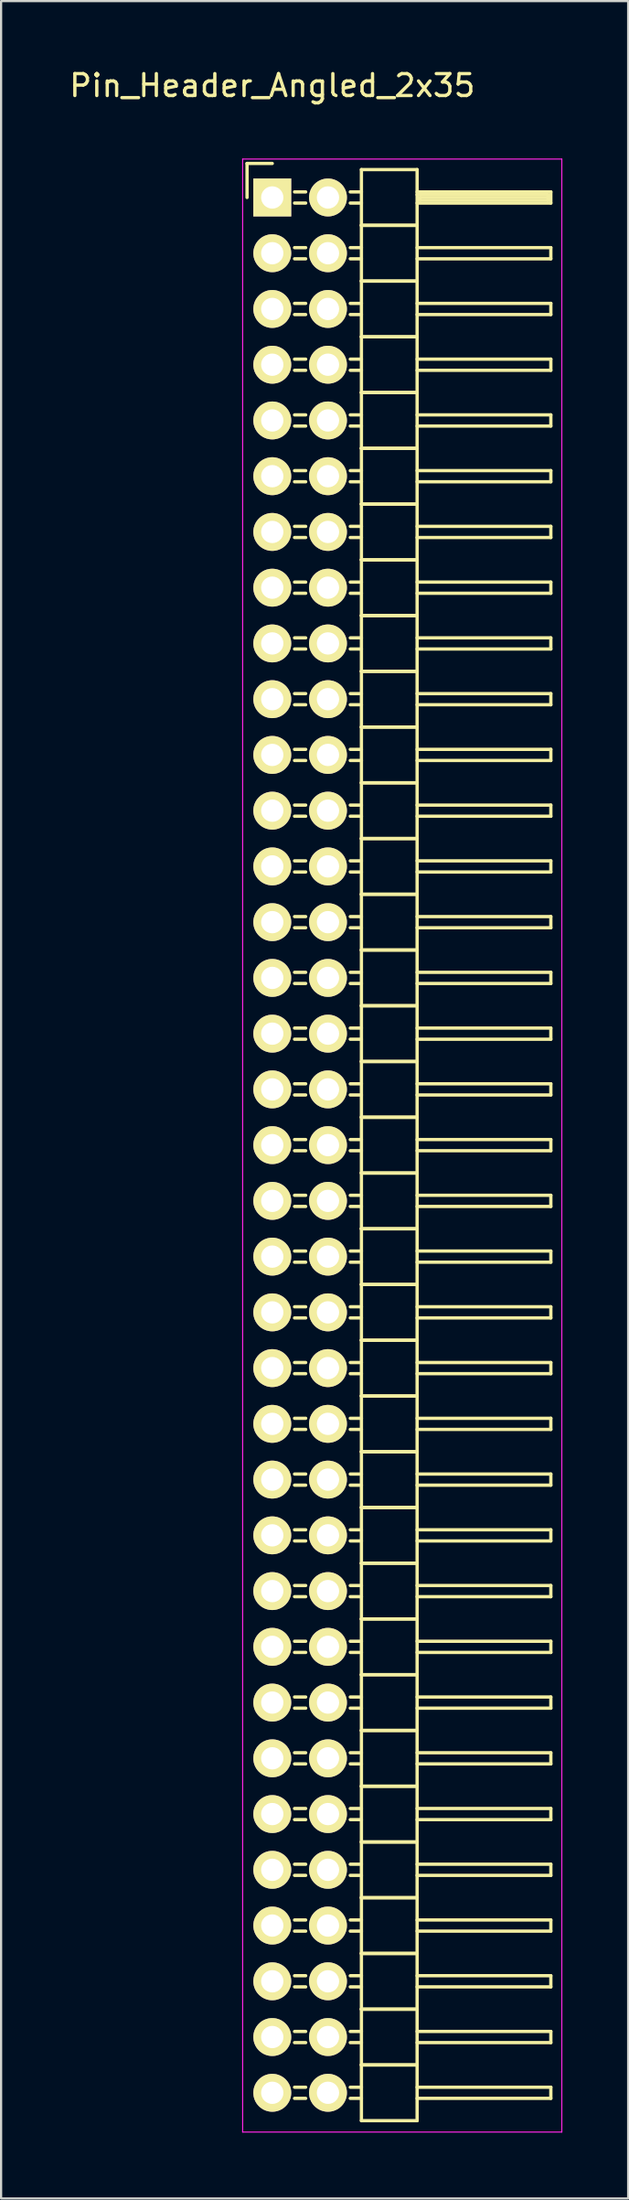
<source format=kicad_pcb>
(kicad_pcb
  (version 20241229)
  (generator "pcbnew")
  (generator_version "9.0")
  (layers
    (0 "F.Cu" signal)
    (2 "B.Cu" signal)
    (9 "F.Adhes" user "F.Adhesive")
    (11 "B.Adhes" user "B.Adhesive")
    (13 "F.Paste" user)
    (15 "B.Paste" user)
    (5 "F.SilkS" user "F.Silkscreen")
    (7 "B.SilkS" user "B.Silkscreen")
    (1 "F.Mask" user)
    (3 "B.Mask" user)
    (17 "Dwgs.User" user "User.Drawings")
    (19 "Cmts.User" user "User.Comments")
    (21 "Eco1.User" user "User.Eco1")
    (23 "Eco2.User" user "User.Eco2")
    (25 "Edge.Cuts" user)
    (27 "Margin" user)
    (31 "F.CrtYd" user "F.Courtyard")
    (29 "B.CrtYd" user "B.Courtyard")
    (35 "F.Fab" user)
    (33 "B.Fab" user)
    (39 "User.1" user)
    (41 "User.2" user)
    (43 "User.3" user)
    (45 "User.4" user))
  (footprint "Pin_Header_Angled_2x35"
    (layer "F.Cu")
    (at 9.363 5.948)
    (property "Reference" "Pin_Header_Angled_2x35" (at 0 -5.1 0) (layer "F.SilkS") (effects (font (size 1 1) (thickness 0.15))))
    (attr through_hole)
    (fp_line (start -1.15 -1.55) (end -1.15 0) (stroke (width 0.15) (type solid)) (layer "F.SilkS"))
    (fp_line (start 0 -1.55) (end -1.15 -1.55) (stroke (width 0.15) (type solid)) (layer "F.SilkS"))
    (fp_line (start 1.524 -0.254) (end 1.016 -0.254) (stroke (width 0.15) (type solid)) (layer "F.SilkS"))
    (fp_line (start 1.524 0.254) (end 1.016 0.254) (stroke (width 0.15) (type solid)) (layer "F.SilkS"))
    (fp_line (start 1.524 2.286) (end 1.016 2.286) (stroke (width 0.15) (type solid)) (layer "F.SilkS"))
    (fp_line (start 1.524 2.794) (end 1.016 2.794) (stroke (width 0.15) (type solid)) (layer "F.SilkS"))
    (fp_line (start 1.524 4.826) (end 1.016 4.826) (stroke (width 0.15) (type solid)) (layer "F.SilkS"))
    (fp_line (start 1.524 5.334) (end 1.016 5.334) (stroke (width 0.15) (type solid)) (layer "F.SilkS"))
    (fp_line (start 1.524 7.366) (end 1.016 7.366) (stroke (width 0.15) (type solid)) (layer "F.SilkS"))
    (fp_line (start 1.524 7.874) (end 1.016 7.874) (stroke (width 0.15) (type solid)) (layer "F.SilkS"))
    (fp_line (start 1.524 9.906) (end 1.016 9.906) (stroke (width 0.15) (type solid)) (layer "F.SilkS"))
    (fp_line (start 1.524 10.414) (end 1.016 10.414) (stroke (width 0.15) (type solid)) (layer "F.SilkS"))
    (fp_line (start 1.524 12.446) (end 1.016 12.446) (stroke (width 0.15) (type solid)) (layer "F.SilkS"))
    (fp_line (start 1.524 12.954) (end 1.016 12.954) (stroke (width 0.15) (type solid)) (layer "F.SilkS"))
    (fp_line (start 1.524 14.986) (end 1.016 14.986) (stroke (width 0.15) (type solid)) (layer "F.SilkS"))
    (fp_line (start 1.524 15.494) (end 1.016 15.494) (stroke (width 0.15) (type solid)) (layer "F.SilkS"))
    (fp_line (start 1.524 17.526) (end 1.016 17.526) (stroke (width 0.15) (type solid)) (layer "F.SilkS"))
    (fp_line (start 1.524 18.034) (end 1.016 18.034) (stroke (width 0.15) (type solid)) (layer "F.SilkS"))
    (fp_line (start 1.524 20.066) (end 1.016 20.066) (stroke (width 0.15) (type solid)) (layer "F.SilkS"))
    (fp_line (start 1.524 20.574) (end 1.016 20.574) (stroke (width 0.15) (type solid)) (layer "F.SilkS"))
    (fp_line (start 1.524 22.606) (end 1.016 22.606) (stroke (width 0.15) (type solid)) (layer "F.SilkS"))
    (fp_line (start 1.524 23.114) (end 1.016 23.114) (stroke (width 0.15) (type solid)) (layer "F.SilkS"))
    (fp_line (start 1.524 25.146) (end 1.016 25.146) (stroke (width 0.15) (type solid)) (layer "F.SilkS"))
    (fp_line (start 1.524 25.654) (end 1.016 25.654) (stroke (width 0.15) (type solid)) (layer "F.SilkS"))
    (fp_line (start 1.524 27.686) (end 1.016 27.686) (stroke (width 0.15) (type solid)) (layer "F.SilkS"))
    (fp_line (start 1.524 28.194) (end 1.016 28.194) (stroke (width 0.15) (type solid)) (layer "F.SilkS"))
    (fp_line (start 1.524 30.226) (end 1.016 30.226) (stroke (width 0.15) (type solid)) (layer "F.SilkS"))
    (fp_line (start 1.524 30.734) (end 1.016 30.734) (stroke (width 0.15) (type solid)) (layer "F.SilkS"))
    (fp_line (start 1.524 32.766) (end 1.016 32.766) (stroke (width 0.15) (type solid)) (layer "F.SilkS"))
    (fp_line (start 1.524 33.274) (end 1.016 33.274) (stroke (width 0.15) (type solid)) (layer "F.SilkS"))
    (fp_line (start 1.524 35.306) (end 1.016 35.306) (stroke (width 0.15) (type solid)) (layer "F.SilkS"))
    (fp_line (start 1.524 35.814) (end 1.016 35.814) (stroke (width 0.15) (type solid)) (layer "F.SilkS"))
    (fp_line (start 1.524 37.846) (end 1.016 37.846) (stroke (width 0.15) (type solid)) (layer "F.SilkS"))
    (fp_line (start 1.524 38.354) (end 1.016 38.354) (stroke (width 0.15) (type solid)) (layer "F.SilkS"))
    (fp_line (start 1.524 40.386) (end 1.016 40.386) (stroke (width 0.15) (type solid)) (layer "F.SilkS"))
    (fp_line (start 1.524 40.894) (end 1.016 40.894) (stroke (width 0.15) (type solid)) (layer "F.SilkS"))
    (fp_line (start 1.524 42.926) (end 1.016 42.926) (stroke (width 0.15) (type solid)) (layer "F.SilkS"))
    (fp_line (start 1.524 43.434) (end 1.016 43.434) (stroke (width 0.15) (type solid)) (layer "F.SilkS"))
    (fp_line (start 1.524 45.466) (end 1.016 45.466) (stroke (width 0.15) (type solid)) (layer "F.SilkS"))
    (fp_line (start 1.524 45.974) (end 1.016 45.974) (stroke (width 0.15) (type solid)) (layer "F.SilkS"))
    (fp_line (start 1.524 48.006) (end 1.016 48.006) (stroke (width 0.15) (type solid)) (layer "F.SilkS"))
    (fp_line (start 1.524 48.514) (end 1.016 48.514) (stroke (width 0.15) (type solid)) (layer "F.SilkS"))
    (fp_line (start 1.524 50.546) (end 1.016 50.546) (stroke (width 0.15) (type solid)) (layer "F.SilkS"))
    (fp_line (start 1.524 51.054) (end 1.016 51.054) (stroke (width 0.15) (type solid)) (layer "F.SilkS"))
    (fp_line (start 1.524 53.086) (end 1.016 53.086) (stroke (width 0.15) (type solid)) (layer "F.SilkS"))
    (fp_line (start 1.524 53.594) (end 1.016 53.594) (stroke (width 0.15) (type solid)) (layer "F.SilkS"))
    (fp_line (start 1.524 55.626) (end 1.016 55.626) (stroke (width 0.15) (type solid)) (layer "F.SilkS"))
    (fp_line (start 1.524 56.134) (end 1.016 56.134) (stroke (width 0.15) (type solid)) (layer "F.SilkS"))
    (fp_line (start 1.524 58.166) (end 1.016 58.166) (stroke (width 0.15) (type solid)) (layer "F.SilkS"))
    (fp_line (start 1.524 58.674) (end 1.016 58.674) (stroke (width 0.15) (type solid)) (layer "F.SilkS"))
    (fp_line (start 1.524 60.706) (end 1.016 60.706) (stroke (width 0.15) (type solid)) (layer "F.SilkS"))
    (fp_line (start 1.524 61.214) (end 1.016 61.214) (stroke (width 0.15) (type solid)) (layer "F.SilkS"))
    (fp_line (start 1.524 63.246) (end 1.016 63.246) (stroke (width 0.15) (type solid)) (layer "F.SilkS"))
    (fp_line (start 1.524 63.754) (end 1.016 63.754) (stroke (width 0.15) (type solid)) (layer "F.SilkS"))
    (fp_line (start 1.524 65.786) (end 1.016 65.786) (stroke (width 0.15) (type solid)) (layer "F.SilkS"))
    (fp_line (start 1.524 66.294) (end 1.016 66.294) (stroke (width 0.15) (type solid)) (layer "F.SilkS"))
    (fp_line (start 1.524 68.326) (end 1.016 68.326) (stroke (width 0.15) (type solid)) (layer "F.SilkS"))
    (fp_line (start 1.524 68.834) (end 1.016 68.834) (stroke (width 0.15) (type solid)) (layer "F.SilkS"))
    (fp_line (start 1.524 70.866) (end 1.016 70.866) (stroke (width 0.15) (type solid)) (layer "F.SilkS"))
    (fp_line (start 1.524 71.374) (end 1.016 71.374) (stroke (width 0.15) (type solid)) (layer "F.SilkS"))
    (fp_line (start 1.524 73.406) (end 1.016 73.406) (stroke (width 0.15) (type solid)) (layer "F.SilkS"))
    (fp_line (start 1.524 73.914) (end 1.016 73.914) (stroke (width 0.15) (type solid)) (layer "F.SilkS"))
    (fp_line (start 1.524 75.946) (end 1.016 75.946) (stroke (width 0.15) (type solid)) (layer "F.SilkS"))
    (fp_line (start 1.524 76.454) (end 1.016 76.454) (stroke (width 0.15) (type solid)) (layer "F.SilkS"))
    (fp_line (start 1.524 78.486) (end 1.016 78.486) (stroke (width 0.15) (type solid)) (layer "F.SilkS"))
    (fp_line (start 1.524 78.994) (end 1.016 78.994) (stroke (width 0.15) (type solid)) (layer "F.SilkS"))
    (fp_line (start 1.524 81.026) (end 1.016 81.026) (stroke (width 0.15) (type solid)) (layer "F.SilkS"))
    (fp_line (start 1.524 81.534) (end 1.016 81.534) (stroke (width 0.15) (type solid)) (layer "F.SilkS"))
    (fp_line (start 1.524 83.566) (end 1.016 83.566) (stroke (width 0.15) (type solid)) (layer "F.SilkS"))
    (fp_line (start 1.524 84.074) (end 1.016 84.074) (stroke (width 0.15) (type solid)) (layer "F.SilkS"))
    (fp_line (start 1.524 86.106) (end 1.016 86.106) (stroke (width 0.15) (type solid)) (layer "F.SilkS"))
    (fp_line (start 1.524 86.614) (end 1.016 86.614) (stroke (width 0.15) (type solid)) (layer "F.SilkS"))
    (fp_line (start 4.064 -1.27) (end 4.064 1.27) (stroke (width 0.15) (type solid)) (layer "F.SilkS"))
    (fp_line (start 4.064 -1.27) (end 6.604 -1.27) (stroke (width 0.15) (type solid)) (layer "F.SilkS"))
    (fp_line (start 4.064 -0.254) (end 3.556 -0.254) (stroke (width 0.15) (type solid)) (layer "F.SilkS"))
    (fp_line (start 4.064 0.254) (end 3.556 0.254) (stroke (width 0.15) (type solid)) (layer "F.SilkS"))
    (fp_line (start 4.064 1.27) (end 4.064 3.81) (stroke (width 0.15) (type solid)) (layer "F.SilkS"))
    (fp_line (start 4.064 1.27) (end 6.604 1.27) (stroke (width 0.15) (type solid)) (layer "F.SilkS"))
    (fp_line (start 4.064 1.27) (end 6.604 1.27) (stroke (width 0.15) (type solid)) (layer "F.SilkS"))
    (fp_line (start 4.064 2.286) (end 3.556 2.286) (stroke (width 0.15) (type solid)) (layer "F.SilkS"))
    (fp_line (start 4.064 2.794) (end 3.556 2.794) (stroke (width 0.15) (type solid)) (layer "F.SilkS"))
    (fp_line (start 4.064 3.81) (end 4.064 6.35) (stroke (width 0.15) (type solid)) (layer "F.SilkS"))
    (fp_line (start 4.064 3.81) (end 6.604 3.81) (stroke (width 0.15) (type solid)) (layer "F.SilkS"))
    (fp_line (start 4.064 3.81) (end 6.604 3.81) (stroke (width 0.15) (type solid)) (layer "F.SilkS"))
    (fp_line (start 4.064 4.826) (end 3.556 4.826) (stroke (width 0.15) (type solid)) (layer "F.SilkS"))
    (fp_line (start 4.064 5.334) (end 3.556 5.334) (stroke (width 0.15) (type solid)) (layer "F.SilkS"))
    (fp_line (start 4.064 6.35) (end 4.064 8.89) (stroke (width 0.15) (type solid)) (layer "F.SilkS"))
    (fp_line (start 4.064 6.35) (end 6.604 6.35) (stroke (width 0.15) (type solid)) (layer "F.SilkS"))
    (fp_line (start 4.064 6.35) (end 6.604 6.35) (stroke (width 0.15) (type solid)) (layer "F.SilkS"))
    (fp_line (start 4.064 7.366) (end 3.556 7.366) (stroke (width 0.15) (type solid)) (layer "F.SilkS"))
    (fp_line (start 4.064 7.874) (end 3.556 7.874) (stroke (width 0.15) (type solid)) (layer "F.SilkS"))
    (fp_line (start 4.064 8.89) (end 4.064 11.43) (stroke (width 0.15) (type solid)) (layer "F.SilkS"))
    (fp_line (start 4.064 8.89) (end 6.604 8.89) (stroke (width 0.15) (type solid)) (layer "F.SilkS"))
    (fp_line (start 4.064 8.89) (end 6.604 8.89) (stroke (width 0.15) (type solid)) (layer "F.SilkS"))
    (fp_line (start 4.064 9.906) (end 3.556 9.906) (stroke (width 0.15) (type solid)) (layer "F.SilkS"))
    (fp_line (start 4.064 10.414) (end 3.556 10.414) (stroke (width 0.15) (type solid)) (layer "F.SilkS"))
    (fp_line (start 4.064 11.43) (end 4.064 13.97) (stroke (width 0.15) (type solid)) (layer "F.SilkS"))
    (fp_line (start 4.064 11.43) (end 6.604 11.43) (stroke (width 0.15) (type solid)) (layer "F.SilkS"))
    (fp_line (start 4.064 11.43) (end 6.604 11.43) (stroke (width 0.15) (type solid)) (layer "F.SilkS"))
    (fp_line (start 4.064 12.446) (end 3.556 12.446) (stroke (width 0.15) (type solid)) (layer "F.SilkS"))
    (fp_line (start 4.064 12.954) (end 3.556 12.954) (stroke (width 0.15) (type solid)) (layer "F.SilkS"))
    (fp_line (start 4.064 13.97) (end 4.064 16.51) (stroke (width 0.15) (type solid)) (layer "F.SilkS"))
    (fp_line (start 4.064 13.97) (end 6.604 13.97) (stroke (width 0.15) (type solid)) (layer "F.SilkS"))
    (fp_line (start 4.064 13.97) (end 6.604 13.97) (stroke (width 0.15) (type solid)) (layer "F.SilkS"))
    (fp_line (start 4.064 14.986) (end 3.556 14.986) (stroke (width 0.15) (type solid)) (layer "F.SilkS"))
    (fp_line (start 4.064 15.494) (end 3.556 15.494) (stroke (width 0.15) (type solid)) (layer "F.SilkS"))
    (fp_line (start 4.064 16.51) (end 4.064 19.05) (stroke (width 0.15) (type solid)) (layer "F.SilkS"))
    (fp_line (start 4.064 16.51) (end 6.604 16.51) (stroke (width 0.15) (type solid)) (layer "F.SilkS"))
    (fp_line (start 4.064 16.51) (end 6.604 16.51) (stroke (width 0.15) (type solid)) (layer "F.SilkS"))
    (fp_line (start 4.064 17.526) (end 3.556 17.526) (stroke (width 0.15) (type solid)) (layer "F.SilkS"))
    (fp_line (start 4.064 18.034) (end 3.556 18.034) (stroke (width 0.15) (type solid)) (layer "F.SilkS"))
    (fp_line (start 4.064 19.05) (end 4.064 21.59) (stroke (width 0.15) (type solid)) (layer "F.SilkS"))
    (fp_line (start 4.064 19.05) (end 6.604 19.05) (stroke (width 0.15) (type solid)) (layer "F.SilkS"))
    (fp_line (start 4.064 19.05) (end 6.604 19.05) (stroke (width 0.15) (type solid)) (layer "F.SilkS"))
    (fp_line (start 4.064 20.066) (end 3.556 20.066) (stroke (width 0.15) (type solid)) (layer "F.SilkS"))
    (fp_line (start 4.064 20.574) (end 3.556 20.574) (stroke (width 0.15) (type solid)) (layer "F.SilkS"))
    (fp_line (start 4.064 21.59) (end 4.064 24.13) (stroke (width 0.15) (type solid)) (layer "F.SilkS"))
    (fp_line (start 4.064 21.59) (end 6.604 21.59) (stroke (width 0.15) (type solid)) (layer "F.SilkS"))
    (fp_line (start 4.064 21.59) (end 6.604 21.59) (stroke (width 0.15) (type solid)) (layer "F.SilkS"))
    (fp_line (start 4.064 22.606) (end 3.556 22.606) (stroke (width 0.15) (type solid)) (layer "F.SilkS"))
    (fp_line (start 4.064 23.114) (end 3.556 23.114) (stroke (width 0.15) (type solid)) (layer "F.SilkS"))
    (fp_line (start 4.064 24.13) (end 4.064 26.67) (stroke (width 0.15) (type solid)) (layer "F.SilkS"))
    (fp_line (start 4.064 24.13) (end 6.604 24.13) (stroke (width 0.15) (type solid)) (layer "F.SilkS"))
    (fp_line (start 4.064 24.13) (end 6.604 24.13) (stroke (width 0.15) (type solid)) (layer "F.SilkS"))
    (fp_line (start 4.064 25.146) (end 3.556 25.146) (stroke (width 0.15) (type solid)) (layer "F.SilkS"))
    (fp_line (start 4.064 25.654) (end 3.556 25.654) (stroke (width 0.15) (type solid)) (layer "F.SilkS"))
    (fp_line (start 4.064 26.67) (end 4.064 29.21) (stroke (width 0.15) (type solid)) (layer "F.SilkS"))
    (fp_line (start 4.064 26.67) (end 6.604 26.67) (stroke (width 0.15) (type solid)) (layer "F.SilkS"))
    (fp_line (start 4.064 26.67) (end 6.604 26.67) (stroke (width 0.15) (type solid)) (layer "F.SilkS"))
    (fp_line (start 4.064 27.686) (end 3.556 27.686) (stroke (width 0.15) (type solid)) (layer "F.SilkS"))
    (fp_line (start 4.064 28.194) (end 3.556 28.194) (stroke (width 0.15) (type solid)) (layer "F.SilkS"))
    (fp_line (start 4.064 29.21) (end 4.064 31.75) (stroke (width 0.15) (type solid)) (layer "F.SilkS"))
    (fp_line (start 4.064 29.21) (end 6.604 29.21) (stroke (width 0.15) (type solid)) (layer "F.SilkS"))
    (fp_line (start 4.064 29.21) (end 6.604 29.21) (stroke (width 0.15) (type solid)) (layer "F.SilkS"))
    (fp_line (start 4.064 30.226) (end 3.556 30.226) (stroke (width 0.15) (type solid)) (layer "F.SilkS"))
    (fp_line (start 4.064 30.734) (end 3.556 30.734) (stroke (width 0.15) (type solid)) (layer "F.SilkS"))
    (fp_line (start 4.064 31.75) (end 4.064 34.29) (stroke (width 0.15) (type solid)) (layer "F.SilkS"))
    (fp_line (start 4.064 31.75) (end 6.604 31.75) (stroke (width 0.15) (type solid)) (layer "F.SilkS"))
    (fp_line (start 4.064 31.75) (end 6.604 31.75) (stroke (width 0.15) (type solid)) (layer "F.SilkS"))
    (fp_line (start 4.064 32.766) (end 3.556 32.766) (stroke (width 0.15) (type solid)) (layer "F.SilkS"))
    (fp_line (start 4.064 33.274) (end 3.556 33.274) (stroke (width 0.15) (type solid)) (layer "F.SilkS"))
    (fp_line (start 4.064 34.29) (end 4.064 36.83) (stroke (width 0.15) (type solid)) (layer "F.SilkS"))
    (fp_line (start 4.064 34.29) (end 6.604 34.29) (stroke (width 0.15) (type solid)) (layer "F.SilkS"))
    (fp_line (start 4.064 34.29) (end 6.604 34.29) (stroke (width 0.15) (type solid)) (layer "F.SilkS"))
    (fp_line (start 4.064 35.306) (end 3.556 35.306) (stroke (width 0.15) (type solid)) (layer "F.SilkS"))
    (fp_line (start 4.064 35.814) (end 3.556 35.814) (stroke (width 0.15) (type solid)) (layer "F.SilkS"))
    (fp_line (start 4.064 36.83) (end 4.064 39.37) (stroke (width 0.15) (type solid)) (layer "F.SilkS"))
    (fp_line (start 4.064 36.83) (end 6.604 36.83) (stroke (width 0.15) (type solid)) (layer "F.SilkS"))
    (fp_line (start 4.064 36.83) (end 6.604 36.83) (stroke (width 0.15) (type solid)) (layer "F.SilkS"))
    (fp_line (start 4.064 37.846) (end 3.556 37.846) (stroke (width 0.15) (type solid)) (layer "F.SilkS"))
    (fp_line (start 4.064 38.354) (end 3.556 38.354) (stroke (width 0.15) (type solid)) (layer "F.SilkS"))
    (fp_line (start 4.064 39.37) (end 4.064 41.91) (stroke (width 0.15) (type solid)) (layer "F.SilkS"))
    (fp_line (start 4.064 39.37) (end 6.604 39.37) (stroke (width 0.15) (type solid)) (layer "F.SilkS"))
    (fp_line (start 4.064 39.37) (end 6.604 39.37) (stroke (width 0.15) (type solid)) (layer "F.SilkS"))
    (fp_line (start 4.064 40.386) (end 3.556 40.386) (stroke (width 0.15) (type solid)) (layer "F.SilkS"))
    (fp_line (start 4.064 40.894) (end 3.556 40.894) (stroke (width 0.15) (type solid)) (layer "F.SilkS"))
    (fp_line (start 4.064 41.91) (end 4.064 44.45) (stroke (width 0.15) (type solid)) (layer "F.SilkS"))
    (fp_line (start 4.064 41.91) (end 6.604 41.91) (stroke (width 0.15) (type solid)) (layer "F.SilkS"))
    (fp_line (start 4.064 41.91) (end 6.604 41.91) (stroke (width 0.15) (type solid)) (layer "F.SilkS"))
    (fp_line (start 4.064 42.926) (end 3.556 42.926) (stroke (width 0.15) (type solid)) (layer "F.SilkS"))
    (fp_line (start 4.064 43.434) (end 3.556 43.434) (stroke (width 0.15) (type solid)) (layer "F.SilkS"))
    (fp_line (start 4.064 44.45) (end 4.064 46.99) (stroke (width 0.15) (type solid)) (layer "F.SilkS"))
    (fp_line (start 4.064 44.45) (end 6.604 44.45) (stroke (width 0.15) (type solid)) (layer "F.SilkS"))
    (fp_line (start 4.064 44.45) (end 6.604 44.45) (stroke (width 0.15) (type solid)) (layer "F.SilkS"))
    (fp_line (start 4.064 45.466) (end 3.556 45.466) (stroke (width 0.15) (type solid)) (layer "F.SilkS"))
    (fp_line (start 4.064 45.974) (end 3.556 45.974) (stroke (width 0.15) (type solid)) (layer "F.SilkS"))
    (fp_line (start 4.064 46.99) (end 4.064 49.53) (stroke (width 0.15) (type solid)) (layer "F.SilkS"))
    (fp_line (start 4.064 46.99) (end 6.604 46.99) (stroke (width 0.15) (type solid)) (layer "F.SilkS"))
    (fp_line (start 4.064 46.99) (end 6.604 46.99) (stroke (width 0.15) (type solid)) (layer "F.SilkS"))
    (fp_line (start 4.064 48.006) (end 3.556 48.006) (stroke (width 0.15) (type solid)) (layer "F.SilkS"))
    (fp_line (start 4.064 48.514) (end 3.556 48.514) (stroke (width 0.15) (type solid)) (layer "F.SilkS"))
    (fp_line (start 4.064 49.53) (end 4.064 52.07) (stroke (width 0.15) (type solid)) (layer "F.SilkS"))
    (fp_line (start 4.064 49.53) (end 6.604 49.53) (stroke (width 0.15) (type solid)) (layer "F.SilkS"))
    (fp_line (start 4.064 49.53) (end 6.604 49.53) (stroke (width 0.15) (type solid)) (layer "F.SilkS"))
    (fp_line (start 4.064 50.546) (end 3.556 50.546) (stroke (width 0.15) (type solid)) (layer "F.SilkS"))
    (fp_line (start 4.064 51.054) (end 3.556 51.054) (stroke (width 0.15) (type solid)) (layer "F.SilkS"))
    (fp_line (start 4.064 52.07) (end 4.064 54.61) (stroke (width 0.15) (type solid)) (layer "F.SilkS"))
    (fp_line (start 4.064 52.07) (end 6.604 52.07) (stroke (width 0.15) (type solid)) (layer "F.SilkS"))
    (fp_line (start 4.064 52.07) (end 6.604 52.07) (stroke (width 0.15) (type solid)) (layer "F.SilkS"))
    (fp_line (start 4.064 53.086) (end 3.556 53.086) (stroke (width 0.15) (type solid)) (layer "F.SilkS"))
    (fp_line (start 4.064 53.594) (end 3.556 53.594) (stroke (width 0.15) (type solid)) (layer "F.SilkS"))
    (fp_line (start 4.064 54.61) (end 4.064 57.15) (stroke (width 0.15) (type solid)) (layer "F.SilkS"))
    (fp_line (start 4.064 54.61) (end 6.604 54.61) (stroke (width 0.15) (type solid)) (layer "F.SilkS"))
    (fp_line (start 4.064 54.61) (end 6.604 54.61) (stroke (width 0.15) (type solid)) (layer "F.SilkS"))
    (fp_line (start 4.064 55.626) (end 3.556 55.626) (stroke (width 0.15) (type solid)) (layer "F.SilkS"))
    (fp_line (start 4.064 56.134) (end 3.556 56.134) (stroke (width 0.15) (type solid)) (layer "F.SilkS"))
    (fp_line (start 4.064 57.15) (end 4.064 59.69) (stroke (width 0.15) (type solid)) (layer "F.SilkS"))
    (fp_line (start 4.064 57.15) (end 6.604 57.15) (stroke (width 0.15) (type solid)) (layer "F.SilkS"))
    (fp_line (start 4.064 57.15) (end 6.604 57.15) (stroke (width 0.15) (type solid)) (layer "F.SilkS"))
    (fp_line (start 4.064 58.166) (end 3.556 58.166) (stroke (width 0.15) (type solid)) (layer "F.SilkS"))
    (fp_line (start 4.064 58.674) (end 3.556 58.674) (stroke (width 0.15) (type solid)) (layer "F.SilkS"))
    (fp_line (start 4.064 59.69) (end 4.064 62.23) (stroke (width 0.15) (type solid)) (layer "F.SilkS"))
    (fp_line (start 4.064 59.69) (end 6.604 59.69) (stroke (width 0.15) (type solid)) (layer "F.SilkS"))
    (fp_line (start 4.064 59.69) (end 6.604 59.69) (stroke (width 0.15) (type solid)) (layer "F.SilkS"))
    (fp_line (start 4.064 60.706) (end 3.556 60.706) (stroke (width 0.15) (type solid)) (layer "F.SilkS"))
    (fp_line (start 4.064 61.214) (end 3.556 61.214) (stroke (width 0.15) (type solid)) (layer "F.SilkS"))
    (fp_line (start 4.064 62.23) (end 4.064 64.77) (stroke (width 0.15) (type solid)) (layer "F.SilkS"))
    (fp_line (start 4.064 62.23) (end 6.604 62.23) (stroke (width 0.15) (type solid)) (layer "F.SilkS"))
    (fp_line (start 4.064 62.23) (end 6.604 62.23) (stroke (width 0.15) (type solid)) (layer "F.SilkS"))
    (fp_line (start 4.064 63.246) (end 3.556 63.246) (stroke (width 0.15) (type solid)) (layer "F.SilkS"))
    (fp_line (start 4.064 63.754) (end 3.556 63.754) (stroke (width 0.15) (type solid)) (layer "F.SilkS"))
    (fp_line (start 4.064 64.77) (end 4.064 67.31) (stroke (width 0.15) (type solid)) (layer "F.SilkS"))
    (fp_line (start 4.064 64.77) (end 6.604 64.77) (stroke (width 0.15) (type solid)) (layer "F.SilkS"))
    (fp_line (start 4.064 64.77) (end 6.604 64.77) (stroke (width 0.15) (type solid)) (layer "F.SilkS"))
    (fp_line (start 4.064 65.786) (end 3.556 65.786) (stroke (width 0.15) (type solid)) (layer "F.SilkS"))
    (fp_line (start 4.064 66.294) (end 3.556 66.294) (stroke (width 0.15) (type solid)) (layer "F.SilkS"))
    (fp_line (start 4.064 67.31) (end 4.064 69.85) (stroke (width 0.15) (type solid)) (layer "F.SilkS"))
    (fp_line (start 4.064 67.31) (end 6.604 67.31) (stroke (width 0.15) (type solid)) (layer "F.SilkS"))
    (fp_line (start 4.064 67.31) (end 6.604 67.31) (stroke (width 0.15) (type solid)) (layer "F.SilkS"))
    (fp_line (start 4.064 68.326) (end 3.556 68.326) (stroke (width 0.15) (type solid)) (layer "F.SilkS"))
    (fp_line (start 4.064 68.834) (end 3.556 68.834) (stroke (width 0.15) (type solid)) (layer "F.SilkS"))
    (fp_line (start 4.064 69.85) (end 4.064 72.39) (stroke (width 0.15) (type solid)) (layer "F.SilkS"))
    (fp_line (start 4.064 69.85) (end 6.604 69.85) (stroke (width 0.15) (type solid)) (layer "F.SilkS"))
    (fp_line (start 4.064 69.85) (end 6.604 69.85) (stroke (width 0.15) (type solid)) (layer "F.SilkS"))
    (fp_line (start 4.064 70.866) (end 3.556 70.866) (stroke (width 0.15) (type solid)) (layer "F.SilkS"))
    (fp_line (start 4.064 71.374) (end 3.556 71.374) (stroke (width 0.15) (type solid)) (layer "F.SilkS"))
    (fp_line (start 4.064 72.39) (end 4.064 74.93) (stroke (width 0.15) (type solid)) (layer "F.SilkS"))
    (fp_line (start 4.064 72.39) (end 6.604 72.39) (stroke (width 0.15) (type solid)) (layer "F.SilkS"))
    (fp_line (start 4.064 72.39) (end 6.604 72.39) (stroke (width 0.15) (type solid)) (layer "F.SilkS"))
    (fp_line (start 4.064 73.406) (end 3.556 73.406) (stroke (width 0.15) (type solid)) (layer "F.SilkS"))
    (fp_line (start 4.064 73.914) (end 3.556 73.914) (stroke (width 0.15) (type solid)) (layer "F.SilkS"))
    (fp_line (start 4.064 74.93) (end 4.064 77.47) (stroke (width 0.15) (type solid)) (layer "F.SilkS"))
    (fp_line (start 4.064 74.93) (end 6.604 74.93) (stroke (width 0.15) (type solid)) (layer "F.SilkS"))
    (fp_line (start 4.064 74.93) (end 6.604 74.93) (stroke (width 0.15) (type solid)) (layer "F.SilkS"))
    (fp_line (start 4.064 75.946) (end 3.556 75.946) (stroke (width 0.15) (type solid)) (layer "F.SilkS"))
    (fp_line (start 4.064 76.454) (end 3.556 76.454) (stroke (width 0.15) (type solid)) (layer "F.SilkS"))
    (fp_line (start 4.064 77.47) (end 4.064 80.01) (stroke (width 0.15) (type solid)) (layer "F.SilkS"))
    (fp_line (start 4.064 77.47) (end 6.604 77.47) (stroke (width 0.15) (type solid)) (layer "F.SilkS"))
    (fp_line (start 4.064 77.47) (end 6.604 77.47) (stroke (width 0.15) (type solid)) (layer "F.SilkS"))
    (fp_line (start 4.064 78.486) (end 3.556 78.486) (stroke (width 0.15) (type solid)) (layer "F.SilkS"))
    (fp_line (start 4.064 78.994) (end 3.556 78.994) (stroke (width 0.15) (type solid)) (layer "F.SilkS"))
    (fp_line (start 4.064 80.01) (end 4.064 82.55) (stroke (width 0.15) (type solid)) (layer "F.SilkS"))
    (fp_line (start 4.064 80.01) (end 6.604 80.01) (stroke (width 0.15) (type solid)) (layer "F.SilkS"))
    (fp_line (start 4.064 80.01) (end 6.604 80.01) (stroke (width 0.15) (type solid)) (layer "F.SilkS"))
    (fp_line (start 4.064 81.026) (end 3.556 81.026) (stroke (width 0.15) (type solid)) (layer "F.SilkS"))
    (fp_line (start 4.064 81.534) (end 3.556 81.534) (stroke (width 0.15) (type solid)) (layer "F.SilkS"))
    (fp_line (start 4.064 82.55) (end 4.064 85.09) (stroke (width 0.15) (type solid)) (layer "F.SilkS"))
    (fp_line (start 4.064 82.55) (end 6.604 82.55) (stroke (width 0.15) (type solid)) (layer "F.SilkS"))
    (fp_line (start 4.064 82.55) (end 6.604 82.55) (stroke (width 0.15) (type solid)) (layer "F.SilkS"))
    (fp_line (start 4.064 83.566) (end 3.556 83.566) (stroke (width 0.15) (type solid)) (layer "F.SilkS"))
    (fp_line (start 4.064 84.074) (end 3.556 84.074) (stroke (width 0.15) (type solid)) (layer "F.SilkS"))
    (fp_line (start 4.064 85.09) (end 4.064 87.63) (stroke (width 0.15) (type solid)) (layer "F.SilkS"))
    (fp_line (start 4.064 85.09) (end 6.604 85.09) (stroke (width 0.15) (type solid)) (layer "F.SilkS"))
    (fp_line (start 4.064 85.09) (end 6.604 85.09) (stroke (width 0.15) (type solid)) (layer "F.SilkS"))
    (fp_line (start 4.064 86.106) (end 3.556 86.106) (stroke (width 0.15) (type solid)) (layer "F.SilkS"))
    (fp_line (start 4.064 86.614) (end 3.556 86.614) (stroke (width 0.15) (type solid)) (layer "F.SilkS"))
    (fp_line (start 4.064 87.63) (end 6.604 87.63) (stroke (width 0.15) (type solid)) (layer "F.SilkS"))
    (fp_line (start 6.604 -0.254) (end 12.7 -0.254) (stroke (width 0.15) (type solid)) (layer "F.SilkS"))
    (fp_line (start 6.604 -0.127) (end 12.573 -0.127) (stroke (width 0.15) (type solid)) (layer "F.SilkS"))
    (fp_line (start 6.604 1.27) (end 6.604 -1.27) (stroke (width 0.15) (type solid)) (layer "F.SilkS"))
    (fp_line (start 6.604 2.286) (end 12.7 2.286) (stroke (width 0.15) (type solid)) (layer "F.SilkS"))
    (fp_line (start 6.604 3.81) (end 6.604 1.27) (stroke (width 0.15) (type solid)) (layer "F.SilkS"))
    (fp_line (start 6.604 4.826) (end 12.7 4.826) (stroke (width 0.15) (type solid)) (layer "F.SilkS"))
    (fp_line (start 6.604 6.35) (end 6.604 3.81) (stroke (width 0.15) (type solid)) (layer "F.SilkS"))
    (fp_line (start 6.604 7.366) (end 12.7 7.366) (stroke (width 0.15) (type solid)) (layer "F.SilkS"))
    (fp_line (start 6.604 8.89) (end 6.604 6.35) (stroke (width 0.15) (type solid)) (layer "F.SilkS"))
    (fp_line (start 6.604 9.906) (end 12.7 9.906) (stroke (width 0.15) (type solid)) (layer "F.SilkS"))
    (fp_line (start 6.604 11.43) (end 6.604 8.89) (stroke (width 0.15) (type solid)) (layer "F.SilkS"))
    (fp_line (start 6.604 12.446) (end 12.7 12.446) (stroke (width 0.15) (type solid)) (layer "F.SilkS"))
    (fp_line (start 6.604 13.97) (end 6.604 11.43) (stroke (width 0.15) (type solid)) (layer "F.SilkS"))
    (fp_line (start 6.604 14.986) (end 12.7 14.986) (stroke (width 0.15) (type solid)) (layer "F.SilkS"))
    (fp_line (start 6.604 16.51) (end 6.604 13.97) (stroke (width 0.15) (type solid)) (layer "F.SilkS"))
    (fp_line (start 6.604 17.526) (end 12.7 17.526) (stroke (width 0.15) (type solid)) (layer "F.SilkS"))
    (fp_line (start 6.604 19.05) (end 6.604 16.51) (stroke (width 0.15) (type solid)) (layer "F.SilkS"))
    (fp_line (start 6.604 20.066) (end 12.7 20.066) (stroke (width 0.15) (type solid)) (layer "F.SilkS"))
    (fp_line (start 6.604 21.59) (end 6.604 19.05) (stroke (width 0.15) (type solid)) (layer "F.SilkS"))
    (fp_line (start 6.604 22.606) (end 12.7 22.606) (stroke (width 0.15) (type solid)) (layer "F.SilkS"))
    (fp_line (start 6.604 24.13) (end 6.604 21.59) (stroke (width 0.15) (type solid)) (layer "F.SilkS"))
    (fp_line (start 6.604 25.146) (end 12.7 25.146) (stroke (width 0.15) (type solid)) (layer "F.SilkS"))
    (fp_line (start 6.604 26.67) (end 6.604 24.13) (stroke (width 0.15) (type solid)) (layer "F.SilkS"))
    (fp_line (start 6.604 27.686) (end 12.7 27.686) (stroke (width 0.15) (type solid)) (layer "F.SilkS"))
    (fp_line (start 6.604 29.21) (end 6.604 26.67) (stroke (width 0.15) (type solid)) (layer "F.SilkS"))
    (fp_line (start 6.604 30.226) (end 12.7 30.226) (stroke (width 0.15) (type solid)) (layer "F.SilkS"))
    (fp_line (start 6.604 31.75) (end 6.604 29.21) (stroke (width 0.15) (type solid)) (layer "F.SilkS"))
    (fp_line (start 6.604 32.766) (end 12.7 32.766) (stroke (width 0.15) (type solid)) (layer "F.SilkS"))
    (fp_line (start 6.604 34.29) (end 6.604 31.75) (stroke (width 0.15) (type solid)) (layer "F.SilkS"))
    (fp_line (start 6.604 35.306) (end 12.7 35.306) (stroke (width 0.15) (type solid)) (layer "F.SilkS"))
    (fp_line (start 6.604 36.83) (end 6.604 34.29) (stroke (width 0.15) (type solid)) (layer "F.SilkS"))
    (fp_line (start 6.604 37.846) (end 12.7 37.846) (stroke (width 0.15) (type solid)) (layer "F.SilkS"))
    (fp_line (start 6.604 39.37) (end 6.604 36.83) (stroke (width 0.15) (type solid)) (layer "F.SilkS"))
    (fp_line (start 6.604 40.386) (end 12.7 40.386) (stroke (width 0.15) (type solid)) (layer "F.SilkS"))
    (fp_line (start 6.604 41.91) (end 6.604 39.37) (stroke (width 0.15) (type solid)) (layer "F.SilkS"))
    (fp_line (start 6.604 42.926) (end 12.7 42.926) (stroke (width 0.15) (type solid)) (layer "F.SilkS"))
    (fp_line (start 6.604 44.45) (end 6.604 41.91) (stroke (width 0.15) (type solid)) (layer "F.SilkS"))
    (fp_line (start 6.604 45.466) (end 12.7 45.466) (stroke (width 0.15) (type solid)) (layer "F.SilkS"))
    (fp_line (start 6.604 46.99) (end 6.604 44.45) (stroke (width 0.15) (type solid)) (layer "F.SilkS"))
    (fp_line (start 6.604 48.006) (end 12.7 48.006) (stroke (width 0.15) (type solid)) (layer "F.SilkS"))
    (fp_line (start 6.604 49.53) (end 6.604 46.99) (stroke (width 0.15) (type solid)) (layer "F.SilkS"))
    (fp_line (start 6.604 50.546) (end 12.7 50.546) (stroke (width 0.15) (type solid)) (layer "F.SilkS"))
    (fp_line (start 6.604 52.07) (end 6.604 49.53) (stroke (width 0.15) (type solid)) (layer "F.SilkS"))
    (fp_line (start 6.604 53.086) (end 12.7 53.086) (stroke (width 0.15) (type solid)) (layer "F.SilkS"))
    (fp_line (start 6.604 54.61) (end 6.604 52.07) (stroke (width 0.15) (type solid)) (layer "F.SilkS"))
    (fp_line (start 6.604 55.626) (end 12.7 55.626) (stroke (width 0.15) (type solid)) (layer "F.SilkS"))
    (fp_line (start 6.604 57.15) (end 6.604 54.61) (stroke (width 0.15) (type solid)) (layer "F.SilkS"))
    (fp_line (start 6.604 58.166) (end 12.7 58.166) (stroke (width 0.15) (type solid)) (layer "F.SilkS"))
    (fp_line (start 6.604 59.69) (end 6.604 57.15) (stroke (width 0.15) (type solid)) (layer "F.SilkS"))
    (fp_line (start 6.604 60.706) (end 12.7 60.706) (stroke (width 0.15) (type solid)) (layer "F.SilkS"))
    (fp_line (start 6.604 62.23) (end 6.604 59.69) (stroke (width 0.15) (type solid)) (layer "F.SilkS"))
    (fp_line (start 6.604 63.246) (end 12.7 63.246) (stroke (width 0.15) (type solid)) (layer "F.SilkS"))
    (fp_line (start 6.604 64.77) (end 6.604 62.23) (stroke (width 0.15) (type solid)) (layer "F.SilkS"))
    (fp_line (start 6.604 65.786) (end 12.7 65.786) (stroke (width 0.15) (type solid)) (layer "F.SilkS"))
    (fp_line (start 6.604 67.31) (end 6.604 64.77) (stroke (width 0.15) (type solid)) (layer "F.SilkS"))
    (fp_line (start 6.604 68.326) (end 12.7 68.326) (stroke (width 0.15) (type solid)) (layer "F.SilkS"))
    (fp_line (start 6.604 69.85) (end 6.604 67.31) (stroke (width 0.15) (type solid)) (layer "F.SilkS"))
    (fp_line (start 6.604 70.866) (end 12.7 70.866) (stroke (width 0.15) (type solid)) (layer "F.SilkS"))
    (fp_line (start 6.604 72.39) (end 6.604 69.85) (stroke (width 0.15) (type solid)) (layer "F.SilkS"))
    (fp_line (start 6.604 73.406) (end 12.7 73.406) (stroke (width 0.15) (type solid)) (layer "F.SilkS"))
    (fp_line (start 6.604 74.93) (end 6.604 72.39) (stroke (width 0.15) (type solid)) (layer "F.SilkS"))
    (fp_line (start 6.604 75.946) (end 12.7 75.946) (stroke (width 0.15) (type solid)) (layer "F.SilkS"))
    (fp_line (start 6.604 77.47) (end 6.604 74.93) (stroke (width 0.15) (type solid)) (layer "F.SilkS"))
    (fp_line (start 6.604 78.486) (end 12.7 78.486) (stroke (width 0.15) (type solid)) (layer "F.SilkS"))
    (fp_line (start 6.604 80.01) (end 6.604 77.47) (stroke (width 0.15) (type solid)) (layer "F.SilkS"))
    (fp_line (start 6.604 81.026) (end 12.7 81.026) (stroke (width 0.15) (type solid)) (layer "F.SilkS"))
    (fp_line (start 6.604 82.55) (end 6.604 80.01) (stroke (width 0.15) (type solid)) (layer "F.SilkS"))
    (fp_line (start 6.604 83.566) (end 12.7 83.566) (stroke (width 0.15) (type solid)) (layer "F.SilkS"))
    (fp_line (start 6.604 85.09) (end 6.604 82.55) (stroke (width 0.15) (type solid)) (layer "F.SilkS"))
    (fp_line (start 6.604 86.106) (end 12.7 86.106) (stroke (width 0.15) (type solid)) (layer "F.SilkS"))
    (fp_line (start 6.604 87.63) (end 6.604 85.09) (stroke (width 0.15) (type solid)) (layer "F.SilkS"))
    (fp_line (start 6.731 0) (end 12.573 0) (stroke (width 0.15) (type solid)) (layer "F.SilkS"))
    (fp_line (start 6.731 0.127) (end 6.731 0) (stroke (width 0.15) (type solid)) (layer "F.SilkS"))
    (fp_line (start 12.573 -0.127) (end 12.573 0.127) (stroke (width 0.15) (type solid)) (layer "F.SilkS"))
    (fp_line (start 12.573 0.127) (end 6.731 0.127) (stroke (width 0.15) (type solid)) (layer "F.SilkS"))
    (fp_line (start 12.7 -0.254) (end 12.7 0.254) (stroke (width 0.15) (type solid)) (layer "F.SilkS"))
    (fp_line (start 12.7 0.254) (end 6.604 0.254) (stroke (width 0.15) (type solid)) (layer "F.SilkS"))
    (fp_line (start 12.7 2.286) (end 12.7 2.794) (stroke (width 0.15) (type solid)) (layer "F.SilkS"))
    (fp_line (start 12.7 2.794) (end 6.604 2.794) (stroke (width 0.15) (type solid)) (layer "F.SilkS"))
    (fp_line (start 12.7 4.826) (end 12.7 5.334) (stroke (width 0.15) (type solid)) (layer "F.SilkS"))
    (fp_line (start 12.7 5.334) (end 6.604 5.334) (stroke (width 0.15) (type solid)) (layer "F.SilkS"))
    (fp_line (start 12.7 7.366) (end 12.7 7.874) (stroke (width 0.15) (type solid)) (layer "F.SilkS"))
    (fp_line (start 12.7 7.874) (end 6.604 7.874) (stroke (width 0.15) (type solid)) (layer "F.SilkS"))
    (fp_line (start 12.7 9.906) (end 12.7 10.414) (stroke (width 0.15) (type solid)) (layer "F.SilkS"))
    (fp_line (start 12.7 10.414) (end 6.604 10.414) (stroke (width 0.15) (type solid)) (layer "F.SilkS"))
    (fp_line (start 12.7 12.446) (end 12.7 12.954) (stroke (width 0.15) (type solid)) (layer "F.SilkS"))
    (fp_line (start 12.7 12.954) (end 6.604 12.954) (stroke (width 0.15) (type solid)) (layer "F.SilkS"))
    (fp_line (start 12.7 14.986) (end 12.7 15.494) (stroke (width 0.15) (type solid)) (layer "F.SilkS"))
    (fp_line (start 12.7 15.494) (end 6.604 15.494) (stroke (width 0.15) (type solid)) (layer "F.SilkS"))
    (fp_line (start 12.7 17.526) (end 12.7 18.034) (stroke (width 0.15) (type solid)) (layer "F.SilkS"))
    (fp_line (start 12.7 18.034) (end 6.604 18.034) (stroke (width 0.15) (type solid)) (layer "F.SilkS"))
    (fp_line (start 12.7 20.066) (end 12.7 20.574) (stroke (width 0.15) (type solid)) (layer "F.SilkS"))
    (fp_line (start 12.7 20.574) (end 6.604 20.574) (stroke (width 0.15) (type solid)) (layer "F.SilkS"))
    (fp_line (start 12.7 22.606) (end 12.7 23.114) (stroke (width 0.15) (type solid)) (layer "F.SilkS"))
    (fp_line (start 12.7 23.114) (end 6.604 23.114) (stroke (width 0.15) (type solid)) (layer "F.SilkS"))
    (fp_line (start 12.7 25.146) (end 12.7 25.654) (stroke (width 0.15) (type solid)) (layer "F.SilkS"))
    (fp_line (start 12.7 25.654) (end 6.604 25.654) (stroke (width 0.15) (type solid)) (layer "F.SilkS"))
    (fp_line (start 12.7 27.686) (end 12.7 28.194) (stroke (width 0.15) (type solid)) (layer "F.SilkS"))
    (fp_line (start 12.7 28.194) (end 6.604 28.194) (stroke (width 0.15) (type solid)) (layer "F.SilkS"))
    (fp_line (start 12.7 30.226) (end 12.7 30.734) (stroke (width 0.15) (type solid)) (layer "F.SilkS"))
    (fp_line (start 12.7 30.734) (end 6.604 30.734) (stroke (width 0.15) (type solid)) (layer "F.SilkS"))
    (fp_line (start 12.7 32.766) (end 12.7 33.274) (stroke (width 0.15) (type solid)) (layer "F.SilkS"))
    (fp_line (start 12.7 33.274) (end 6.604 33.274) (stroke (width 0.15) (type solid)) (layer "F.SilkS"))
    (fp_line (start 12.7 35.306) (end 12.7 35.814) (stroke (width 0.15) (type solid)) (layer "F.SilkS"))
    (fp_line (start 12.7 35.814) (end 6.604 35.814) (stroke (width 0.15) (type solid)) (layer "F.SilkS"))
    (fp_line (start 12.7 37.846) (end 12.7 38.354) (stroke (width 0.15) (type solid)) (layer "F.SilkS"))
    (fp_line (start 12.7 38.354) (end 6.604 38.354) (stroke (width 0.15) (type solid)) (layer "F.SilkS"))
    (fp_line (start 12.7 40.386) (end 12.7 40.894) (stroke (width 0.15) (type solid)) (layer "F.SilkS"))
    (fp_line (start 12.7 40.894) (end 6.604 40.894) (stroke (width 0.15) (type solid)) (layer "F.SilkS"))
    (fp_line (start 12.7 42.926) (end 12.7 43.434) (stroke (width 0.15) (type solid)) (layer "F.SilkS"))
    (fp_line (start 12.7 43.434) (end 6.604 43.434) (stroke (width 0.15) (type solid)) (layer "F.SilkS"))
    (fp_line (start 12.7 45.466) (end 12.7 45.974) (stroke (width 0.15) (type solid)) (layer "F.SilkS"))
    (fp_line (start 12.7 45.974) (end 6.604 45.974) (stroke (width 0.15) (type solid)) (layer "F.SilkS"))
    (fp_line (start 12.7 48.006) (end 12.7 48.514) (stroke (width 0.15) (type solid)) (layer "F.SilkS"))
    (fp_line (start 12.7 48.514) (end 6.604 48.514) (stroke (width 0.15) (type solid)) (layer "F.SilkS"))
    (fp_line (start 12.7 50.546) (end 12.7 51.054) (stroke (width 0.15) (type solid)) (layer "F.SilkS"))
    (fp_line (start 12.7 51.054) (end 6.604 51.054) (stroke (width 0.15) (type solid)) (layer "F.SilkS"))
    (fp_line (start 12.7 53.086) (end 12.7 53.594) (stroke (width 0.15) (type solid)) (layer "F.SilkS"))
    (fp_line (start 12.7 53.594) (end 6.604 53.594) (stroke (width 0.15) (type solid)) (layer "F.SilkS"))
    (fp_line (start 12.7 55.626) (end 12.7 56.134) (stroke (width 0.15) (type solid)) (layer "F.SilkS"))
    (fp_line (start 12.7 56.134) (end 6.604 56.134) (stroke (width 0.15) (type solid)) (layer "F.SilkS"))
    (fp_line (start 12.7 58.166) (end 12.7 58.674) (stroke (width 0.15) (type solid)) (layer "F.SilkS"))
    (fp_line (start 12.7 58.674) (end 6.604 58.674) (stroke (width 0.15) (type solid)) (layer "F.SilkS"))
    (fp_line (start 12.7 60.706) (end 12.7 61.214) (stroke (width 0.15) (type solid)) (layer "F.SilkS"))
    (fp_line (start 12.7 61.214) (end 6.604 61.214) (stroke (width 0.15) (type solid)) (layer "F.SilkS"))
    (fp_line (start 12.7 63.246) (end 12.7 63.754) (stroke (width 0.15) (type solid)) (layer "F.SilkS"))
    (fp_line (start 12.7 63.754) (end 6.604 63.754) (stroke (width 0.15) (type solid)) (layer "F.SilkS"))
    (fp_line (start 12.7 65.786) (end 12.7 66.294) (stroke (width 0.15) (type solid)) (layer "F.SilkS"))
    (fp_line (start 12.7 66.294) (end 6.604 66.294) (stroke (width 0.15) (type solid)) (layer "F.SilkS"))
    (fp_line (start 12.7 68.326) (end 12.7 68.834) (stroke (width 0.15) (type solid)) (layer "F.SilkS"))
    (fp_line (start 12.7 68.834) (end 6.604 68.834) (stroke (width 0.15) (type solid)) (layer "F.SilkS"))
    (fp_line (start 12.7 70.866) (end 12.7 71.374) (stroke (width 0.15) (type solid)) (layer "F.SilkS"))
    (fp_line (start 12.7 71.374) (end 6.604 71.374) (stroke (width 0.15) (type solid)) (layer "F.SilkS"))
    (fp_line (start 12.7 73.406) (end 12.7 73.914) (stroke (width 0.15) (type solid)) (layer "F.SilkS"))
    (fp_line (start 12.7 73.914) (end 6.604 73.914) (stroke (width 0.15) (type solid)) (layer "F.SilkS"))
    (fp_line (start 12.7 75.946) (end 12.7 76.454) (stroke (width 0.15) (type solid)) (layer "F.SilkS"))
    (fp_line (start 12.7 76.454) (end 6.604 76.454) (stroke (width 0.15) (type solid)) (layer "F.SilkS"))
    (fp_line (start 12.7 78.486) (end 12.7 78.994) (stroke (width 0.15) (type solid)) (layer "F.SilkS"))
    (fp_line (start 12.7 78.994) (end 6.604 78.994) (stroke (width 0.15) (type solid)) (layer "F.SilkS"))
    (fp_line (start 12.7 81.026) (end 12.7 81.534) (stroke (width 0.15) (type solid)) (layer "F.SilkS"))
    (fp_line (start 12.7 81.534) (end 6.604 81.534) (stroke (width 0.15) (type solid)) (layer "F.SilkS"))
    (fp_line (start 12.7 83.566) (end 12.7 84.074) (stroke (width 0.15) (type solid)) (layer "F.SilkS"))
    (fp_line (start 12.7 84.074) (end 6.604 84.074) (stroke (width 0.15) (type solid)) (layer "F.SilkS"))
    (fp_line (start 12.7 86.106) (end 12.7 86.614) (stroke (width 0.15) (type solid)) (layer "F.SilkS"))
    (fp_line (start 12.7 86.614) (end 6.604 86.614) (stroke (width 0.15) (type solid)) (layer "F.SilkS"))
    (fp_line (start -1.35 -1.75) (end -1.35 88.15) (stroke (width 0.05) (type solid)) (layer "F.CrtYd"))
    (fp_line (start -1.35 -1.75) (end 13.2 -1.75) (stroke (width 0.05) (type solid)) (layer "F.CrtYd"))
    (fp_line (start -1.35 88.15) (end 13.2 88.15) (stroke (width 0.05) (type solid)) (layer "F.CrtYd"))
    (fp_line (start 13.2 -1.75) (end 13.2 88.15) (stroke (width 0.05) (type solid)) (layer "F.CrtYd"))
    (pad "1" thru_hole rect (at 0 0) (size 1.727 1.727) (drill 1.016) (layers "*.Cu" "*.Mask" "F.SilkS"))
    (pad "2" thru_hole oval (at 2.54 0) (size 1.727 1.727) (drill 1.016) (layers "*.Cu" "*.Mask" "F.SilkS"))
    (pad "3" thru_hole oval (at 0 2.54) (size 1.727 1.727) (drill 1.016) (layers "*.Cu" "*.Mask" "F.SilkS"))
    (pad "4" thru_hole oval (at 2.54 2.54) (size 1.727 1.727) (drill 1.016) (layers "*.Cu" "*.Mask" "F.SilkS"))
    (pad "5" thru_hole oval (at 0 5.08) (size 1.727 1.727) (drill 1.016) (layers "*.Cu" "*.Mask" "F.SilkS"))
    (pad "6" thru_hole oval (at 2.54 5.08) (size 1.727 1.727) (drill 1.016) (layers "*.Cu" "*.Mask" "F.SilkS"))
    (pad "7" thru_hole oval (at 0 7.62) (size 1.727 1.727) (drill 1.016) (layers "*.Cu" "*.Mask" "F.SilkS"))
    (pad "8" thru_hole oval (at 2.54 7.62) (size 1.727 1.727) (drill 1.016) (layers "*.Cu" "*.Mask" "F.SilkS"))
    (pad "9" thru_hole oval (at 0 10.16) (size 1.727 1.727) (drill 1.016) (layers "*.Cu" "*.Mask" "F.SilkS"))
    (pad "10" thru_hole oval (at 2.54 10.16) (size 1.727 1.727) (drill 1.016) (layers "*.Cu" "*.Mask" "F.SilkS"))
    (pad "11" thru_hole oval (at 0 12.7) (size 1.727 1.727) (drill 1.016) (layers "*.Cu" "*.Mask" "F.SilkS"))
    (pad "12" thru_hole oval (at 2.54 12.7) (size 1.727 1.727) (drill 1.016) (layers "*.Cu" "*.Mask" "F.SilkS"))
    (pad "13" thru_hole oval (at 0 15.24) (size 1.727 1.727) (drill 1.016) (layers "*.Cu" "*.Mask" "F.SilkS"))
    (pad "14" thru_hole oval (at 2.54 15.24) (size 1.727 1.727) (drill 1.016) (layers "*.Cu" "*.Mask" "F.SilkS"))
    (pad "15" thru_hole oval (at 0 17.78) (size 1.727 1.727) (drill 1.016) (layers "*.Cu" "*.Mask" "F.SilkS"))
    (pad "16" thru_hole oval (at 2.54 17.78) (size 1.727 1.727) (drill 1.016) (layers "*.Cu" "*.Mask" "F.SilkS"))
    (pad "17" thru_hole oval (at 0 20.32) (size 1.727 1.727) (drill 1.016) (layers "*.Cu" "*.Mask" "F.SilkS"))
    (pad "18" thru_hole oval (at 2.54 20.32) (size 1.727 1.727) (drill 1.016) (layers "*.Cu" "*.Mask" "F.SilkS"))
    (pad "19" thru_hole oval (at 0 22.86) (size 1.727 1.727) (drill 1.016) (layers "*.Cu" "*.Mask" "F.SilkS"))
    (pad "20" thru_hole oval (at 2.54 22.86) (size 1.727 1.727) (drill 1.016) (layers "*.Cu" "*.Mask" "F.SilkS"))
    (pad "21" thru_hole oval (at 0 25.4) (size 1.727 1.727) (drill 1.016) (layers "*.Cu" "*.Mask" "F.SilkS"))
    (pad "22" thru_hole oval (at 2.54 25.4) (size 1.727 1.727) (drill 1.016) (layers "*.Cu" "*.Mask" "F.SilkS"))
    (pad "23" thru_hole oval (at 0 27.94) (size 1.727 1.727) (drill 1.016) (layers "*.Cu" "*.Mask" "F.SilkS"))
    (pad "24" thru_hole oval (at 2.54 27.94) (size 1.727 1.727) (drill 1.016) (layers "*.Cu" "*.Mask" "F.SilkS"))
    (pad "25" thru_hole oval (at 0 30.48) (size 1.727 1.727) (drill 1.016) (layers "*.Cu" "*.Mask" "F.SilkS"))
    (pad "26" thru_hole oval (at 2.54 30.48) (size 1.727 1.727) (drill 1.016) (layers "*.Cu" "*.Mask" "F.SilkS"))
    (pad "27" thru_hole oval (at 0 33.02) (size 1.727 1.727) (drill 1.016) (layers "*.Cu" "*.Mask" "F.SilkS"))
    (pad "28" thru_hole oval (at 2.54 33.02) (size 1.727 1.727) (drill 1.016) (layers "*.Cu" "*.Mask" "F.SilkS"))
    (pad "29" thru_hole oval (at 0 35.56) (size 1.727 1.727) (drill 1.016) (layers "*.Cu" "*.Mask" "F.SilkS"))
    (pad "30" thru_hole oval (at 2.54 35.56) (size 1.727 1.727) (drill 1.016) (layers "*.Cu" "*.Mask" "F.SilkS"))
    (pad "31" thru_hole oval (at 0 38.1) (size 1.727 1.727) (drill 1.016) (layers "*.Cu" "*.Mask" "F.SilkS"))
    (pad "32" thru_hole oval (at 2.54 38.1) (size 1.727 1.727) (drill 1.016) (layers "*.Cu" "*.Mask" "F.SilkS"))
    (pad "33" thru_hole oval (at 0 40.64) (size 1.727 1.727) (drill 1.016) (layers "*.Cu" "*.Mask" "F.SilkS"))
    (pad "34" thru_hole oval (at 2.54 40.64) (size 1.727 1.727) (drill 1.016) (layers "*.Cu" "*.Mask" "F.SilkS"))
    (pad "35" thru_hole oval (at 0 43.18) (size 1.727 1.727) (drill 1.016) (layers "*.Cu" "*.Mask" "F.SilkS"))
    (pad "36" thru_hole oval (at 2.54 43.18) (size 1.727 1.727) (drill 1.016) (layers "*.Cu" "*.Mask" "F.SilkS"))
    (pad "37" thru_hole oval (at 0 45.72) (size 1.727 1.727) (drill 1.016) (layers "*.Cu" "*.Mask" "F.SilkS"))
    (pad "38" thru_hole oval (at 2.54 45.72) (size 1.727 1.727) (drill 1.016) (layers "*.Cu" "*.Mask" "F.SilkS"))
    (pad "39" thru_hole oval (at 0 48.26) (size 1.727 1.727) (drill 1.016) (layers "*.Cu" "*.Mask" "F.SilkS"))
    (pad "40" thru_hole oval (at 2.54 48.26) (size 1.727 1.727) (drill 1.016) (layers "*.Cu" "*.Mask" "F.SilkS"))
    (pad "41" thru_hole oval (at 0 50.8) (size 1.727 1.727) (drill 1.016) (layers "*.Cu" "*.Mask" "F.SilkS"))
    (pad "42" thru_hole oval (at 2.54 50.8) (size 1.727 1.727) (drill 1.016) (layers "*.Cu" "*.Mask" "F.SilkS"))
    (pad "43" thru_hole oval (at 0 53.34) (size 1.727 1.727) (drill 1.016) (layers "*.Cu" "*.Mask" "F.SilkS"))
    (pad "44" thru_hole oval (at 2.54 53.34) (size 1.727 1.727) (drill 1.016) (layers "*.Cu" "*.Mask" "F.SilkS"))
    (pad "45" thru_hole oval (at 0 55.88) (size 1.727 1.727) (drill 1.016) (layers "*.Cu" "*.Mask" "F.SilkS"))
    (pad "46" thru_hole oval (at 2.54 55.88) (size 1.727 1.727) (drill 1.016) (layers "*.Cu" "*.Mask" "F.SilkS"))
    (pad "47" thru_hole oval (at 0 58.42) (size 1.727 1.727) (drill 1.016) (layers "*.Cu" "*.Mask" "F.SilkS"))
    (pad "48" thru_hole oval (at 2.54 58.42) (size 1.727 1.727) (drill 1.016) (layers "*.Cu" "*.Mask" "F.SilkS"))
    (pad "49" thru_hole oval (at 0 60.96) (size 1.727 1.727) (drill 1.016) (layers "*.Cu" "*.Mask" "F.SilkS"))
    (pad "50" thru_hole oval (at 2.54 60.96) (size 1.727 1.727) (drill 1.016) (layers "*.Cu" "*.Mask" "F.SilkS"))
    (pad "51" thru_hole oval (at 0 63.5) (size 1.727 1.727) (drill 1.016) (layers "*.Cu" "*.Mask" "F.SilkS"))
    (pad "52" thru_hole oval (at 2.54 63.5) (size 1.727 1.727) (drill 1.016) (layers "*.Cu" "*.Mask" "F.SilkS"))
    (pad "53" thru_hole oval (at 0 66.04) (size 1.727 1.727) (drill 1.016) (layers "*.Cu" "*.Mask" "F.SilkS"))
    (pad "54" thru_hole oval (at 2.54 66.04) (size 1.727 1.727) (drill 1.016) (layers "*.Cu" "*.Mask" "F.SilkS"))
    (pad "55" thru_hole oval (at 0 68.58) (size 1.727 1.727) (drill 1.016) (layers "*.Cu" "*.Mask" "F.SilkS"))
    (pad "56" thru_hole oval (at 2.54 68.58) (size 1.727 1.727) (drill 1.016) (layers "*.Cu" "*.Mask" "F.SilkS"))
    (pad "57" thru_hole oval (at 0 71.12) (size 1.727 1.727) (drill 1.016) (layers "*.Cu" "*.Mask" "F.SilkS"))
    (pad "58" thru_hole oval (at 2.54 71.12) (size 1.727 1.727) (drill 1.016) (layers "*.Cu" "*.Mask" "F.SilkS"))
    (pad "59" thru_hole oval (at 0 73.66) (size 1.727 1.727) (drill 1.016) (layers "*.Cu" "*.Mask" "F.SilkS"))
    (pad "60" thru_hole oval (at 2.54 73.66) (size 1.727 1.727) (drill 1.016) (layers "*.Cu" "*.Mask" "F.SilkS"))
    (pad "61" thru_hole oval (at 0 76.2) (size 1.727 1.727) (drill 1.016) (layers "*.Cu" "*.Mask" "F.SilkS"))
    (pad "62" thru_hole oval (at 2.54 76.2) (size 1.727 1.727) (drill 1.016) (layers "*.Cu" "*.Mask" "F.SilkS"))
    (pad "63" thru_hole oval (at 0 78.74) (size 1.727 1.727) (drill 1.016) (layers "*.Cu" "*.Mask" "F.SilkS"))
    (pad "64" thru_hole oval (at 2.54 78.74) (size 1.727 1.727) (drill 1.016) (layers "*.Cu" "*.Mask" "F.SilkS"))
    (pad "65" thru_hole oval (at 0 81.28) (size 1.727 1.727) (drill 1.016) (layers "*.Cu" "*.Mask" "F.SilkS"))
    (pad "66" thru_hole oval (at 2.54 81.28) (size 1.727 1.727) (drill 1.016) (layers "*.Cu" "*.Mask" "F.SilkS"))
    (pad "67" thru_hole oval (at 0 83.82) (size 1.727 1.727) (drill 1.016) (layers "*.Cu" "*.Mask" "F.SilkS"))
    (pad "68" thru_hole oval (at 2.54 83.82) (size 1.727 1.727) (drill 1.016) (layers "*.Cu" "*.Mask" "F.SilkS"))
    (pad "69" thru_hole oval (at 0 86.36) (size 1.727 1.727) (drill 1.016) (layers "*.Cu" "*.Mask" "F.SilkS"))
    (pad "70" thru_hole oval (at 2.54 86.36) (size 1.727 1.727) (drill 1.016) (layers "*.Cu" "*.Mask" "F.SilkS")))
  (gr_rect
    (start -3 -3)
    (end 25.588 97.123)
    (stroke (width 0.1) (type default))
    (fill no)
    (layer "Edge.Cuts")))
</source>
